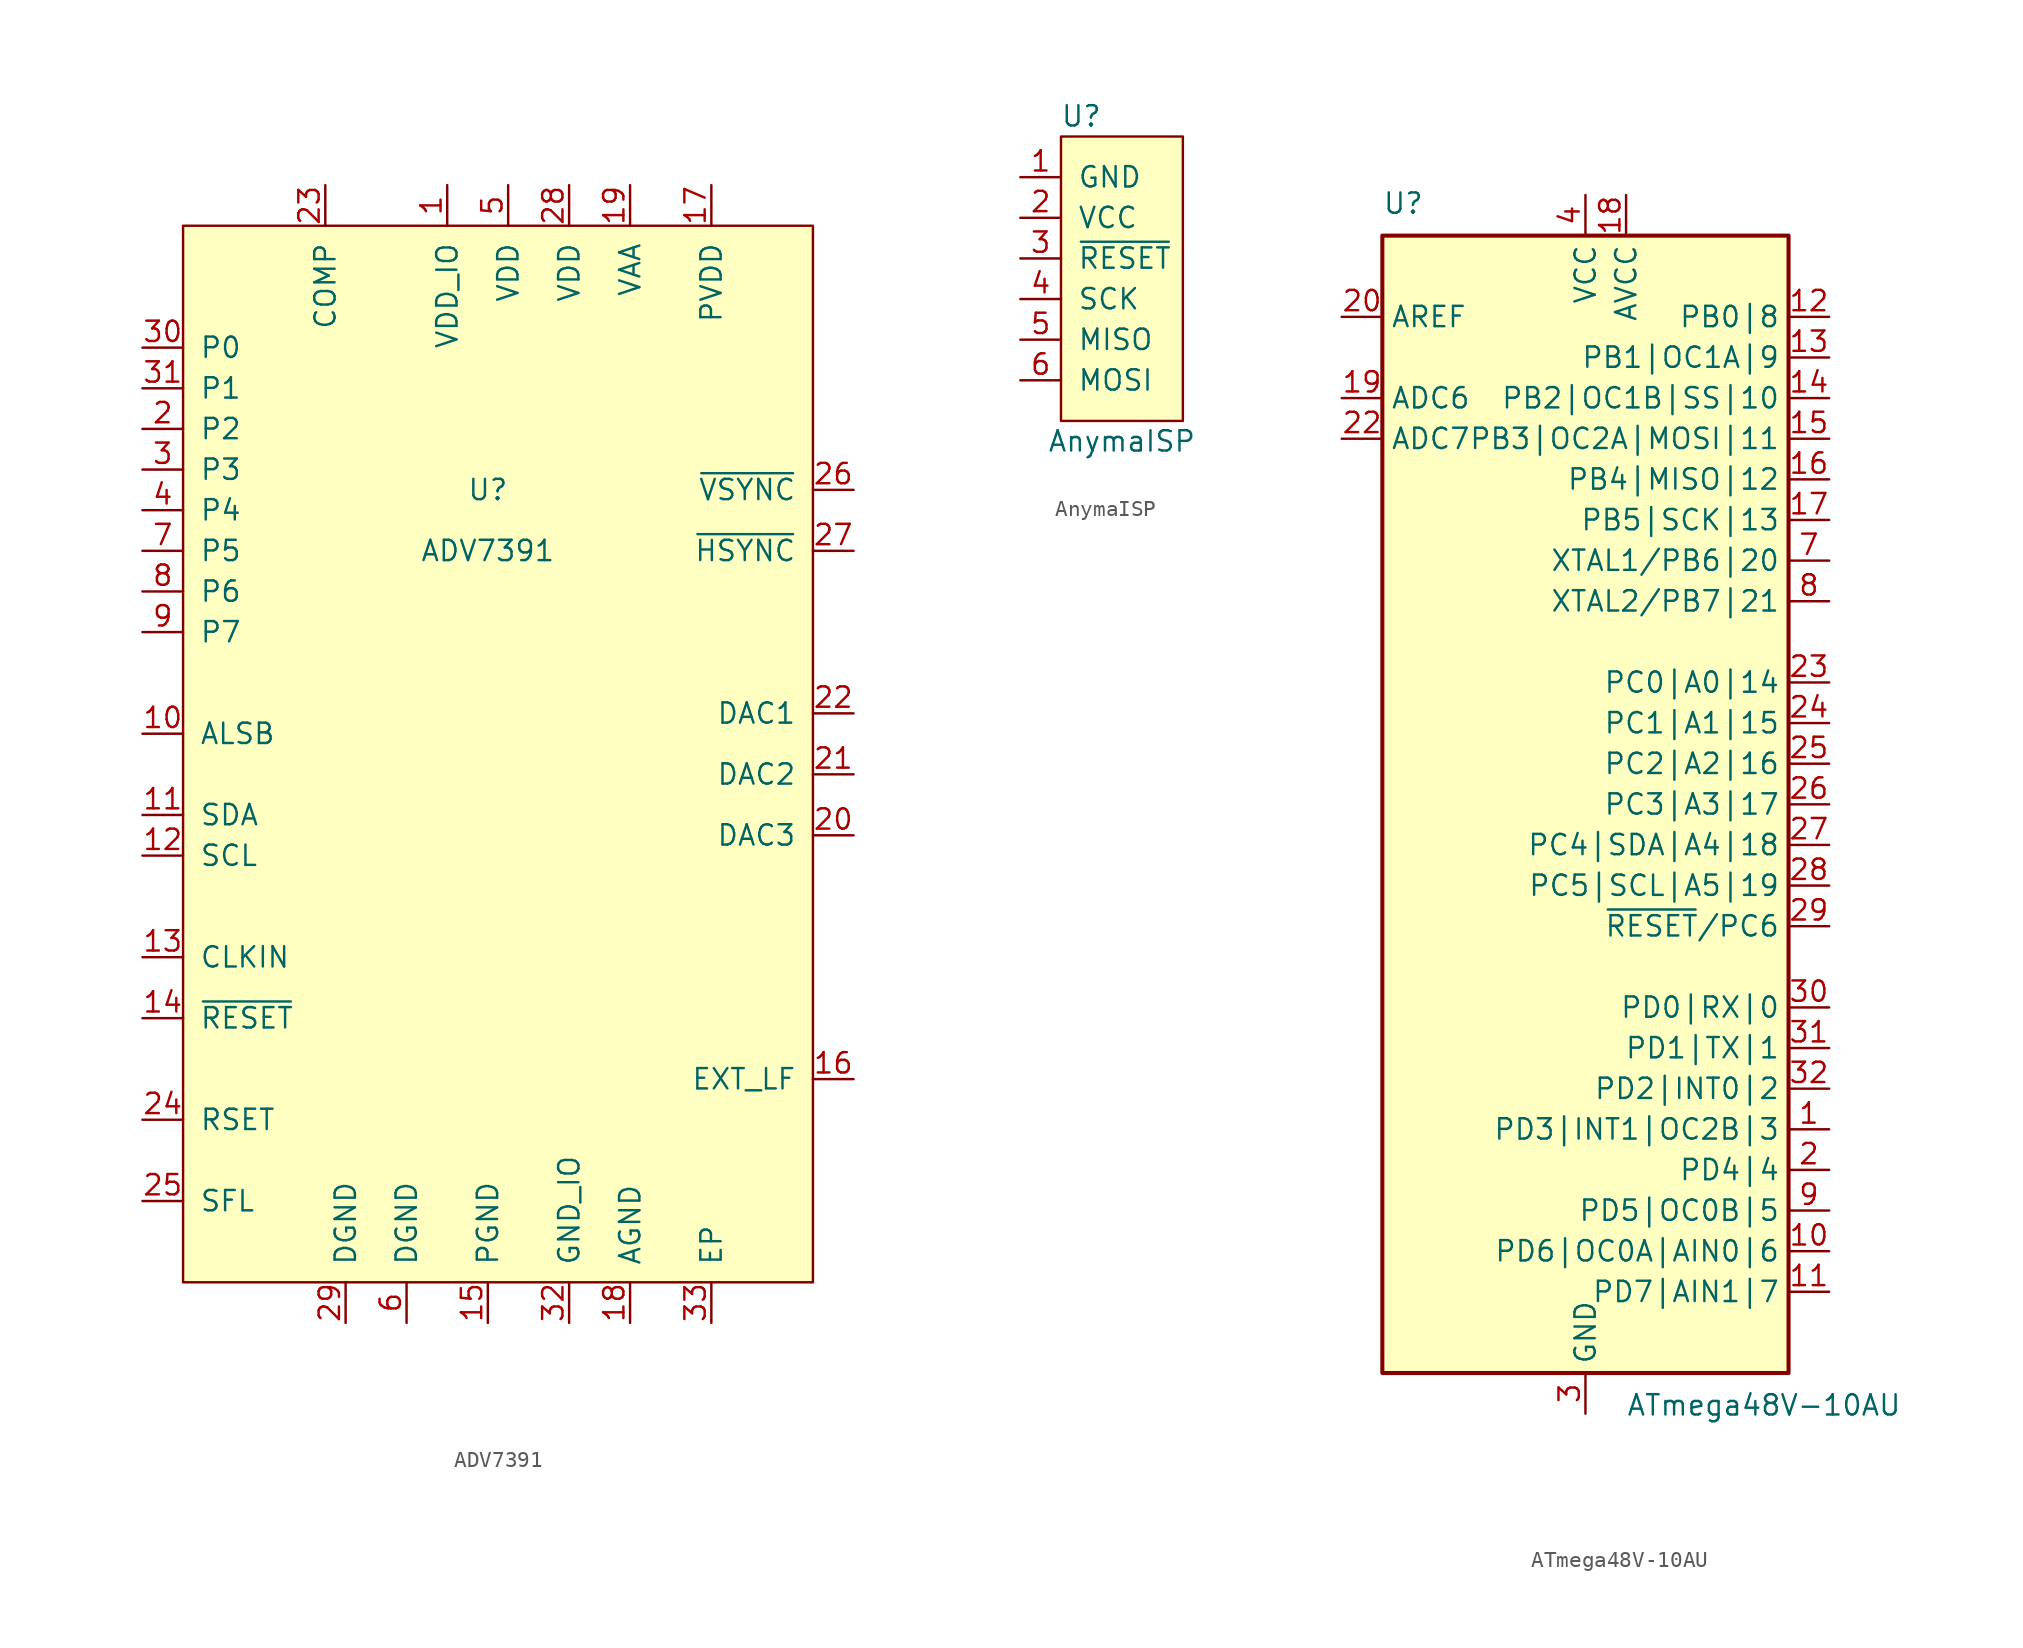
<source format=kicad_sym>
(kicad_symbol_lib
  (version 20241209)
  (generator "kicad_symbol_editor")
  (generator_version "9.0")
  (symbol "ADV7391"
    (pin_names
      (offset 1.016))
    (property "Reference" "U"
      (at 0 15.24 0)
      (effects (font (size 1.27 1.27))))
    (property "Value" "ADV7391"
      (at 0 11.43 0)
      (effects (font (size 1.27 1.27))))
    (symbol "ADV7391_0_1"
      (rectangle (start -19.05 31.75) (end 20.32 -34.29) (stroke (width 0) (type solid)) (fill (type background))))
    (symbol "ADV7391_1_1"
      (pin input line (at -21.59 24.13 0) (length 2.54) (name "P0" (effects (font (size 1.27 1.27)))) (number "30" (effects (font (size 1.27 1.27)))))
      (pin input line (at -21.59 21.59 0) (length 2.54) (name "P1" (effects (font (size 1.27 1.27)))) (number "31" (effects (font (size 1.27 1.27)))))
      (pin input line (at -21.59 19.05 0) (length 2.54) (name "P2" (effects (font (size 1.27 1.27)))) (number "2" (effects (font (size 1.27 1.27)))))
      (pin input line (at -21.59 16.51 0) (length 2.54) (name "P3" (effects (font (size 1.27 1.27)))) (number "3" (effects (font (size 1.27 1.27)))))
      (pin input line (at -21.59 13.97 0) (length 2.54) (name "P4" (effects (font (size 1.27 1.27)))) (number "4" (effects (font (size 1.27 1.27)))))
      (pin input line (at -21.59 11.43 0) (length 2.54) (name "P5" (effects (font (size 1.27 1.27)))) (number "7" (effects (font (size 1.27 1.27)))))
      (pin input line (at -21.59 8.89 0) (length 2.54) (name "P6" (effects (font (size 1.27 1.27)))) (number "8" (effects (font (size 1.27 1.27)))))
      (pin input line (at -21.59 6.35 0) (length 2.54) (name "P7" (effects (font (size 1.27 1.27)))) (number "9" (effects (font (size 1.27 1.27)))))
      (pin input line (at -21.59 0 0) (length 2.54) (name "ALSB" (effects (font (size 1.27 1.27)))) (number "10" (effects (font (size 1.27 1.27)))))
      (pin input line (at -21.59 -5.08 0) (length 2.54) (name "SDA" (effects (font (size 1.27 1.27)))) (number "11" (effects (font (size 1.27 1.27)))))
      (pin input line (at -21.59 -7.62 0) (length 2.54) (name "SCL" (effects (font (size 1.27 1.27)))) (number "12" (effects (font (size 1.27 1.27)))))
      (pin input line (at -21.59 -13.97 0) (length 2.54) (name "CLKIN" (effects (font (size 1.27 1.27)))) (number "13" (effects (font (size 1.27 1.27)))))
      (pin input line (at -21.59 -17.78 0) (length 2.54) (name "~{RESET}" (effects (font (size 1.27 1.27)))) (number "14" (effects (font (size 1.27 1.27)))))
      (pin input line (at -21.59 -24.13 0) (length 2.54) (name "RSET" (effects (font (size 1.27 1.27)))) (number "24" (effects (font (size 1.27 1.27)))))
      (pin input line (at -21.59 -29.21 0) (length 2.54) (name "SFL" (effects (font (size 1.27 1.27)))) (number "25" (effects (font (size 1.27 1.27)))))
      (pin input line (at -10.16 34.29 270) (length 2.54) (name "COMP" (effects (font (size 1.27 1.27)))) (number "23" (effects (font (size 1.27 1.27)))))
      (pin input line (at -8.89 -36.83 90) (length 2.54) (name "DGND" (effects (font (size 1.27 1.27)))) (number "29" (effects (font (size 1.27 1.27)))))
      (pin input line (at -5.08 -36.83 90) (length 2.54) (name "DGND" (effects (font (size 1.27 1.27)))) (number "6" (effects (font (size 1.27 1.27)))))
      (pin input line (at -2.54 34.29 270) (length 2.54) (name "VDD_IO" (effects (font (size 1.27 1.27)))) (number "1" (effects (font (size 1.27 1.27)))))
      (pin input line (at 0 -36.83 90) (length 2.54) (name "PGND" (effects (font (size 1.27 1.27)))) (number "15" (effects (font (size 1.27 1.27)))))
      (pin input line (at 1.27 34.29 270) (length 2.54) (name "VDD" (effects (font (size 1.27 1.27)))) (number "5" (effects (font (size 1.27 1.27)))))
      (pin input line (at 5.08 34.29 270) (length 2.54) (name "VDD" (effects (font (size 1.27 1.27)))) (number "28" (effects (font (size 1.27 1.27)))))
      (pin input line (at 5.08 -36.83 90) (length 2.54) (name "GND_IO" (effects (font (size 1.27 1.27)))) (number "32" (effects (font (size 1.27 1.27)))))
      (pin input line (at 8.89 34.29 270) (length 2.54) (name "VAA" (effects (font (size 1.27 1.27)))) (number "19" (effects (font (size 1.27 1.27)))))
      (pin input line (at 8.89 -36.83 90) (length 2.54) (name "AGND" (effects (font (size 1.27 1.27)))) (number "18" (effects (font (size 1.27 1.27)))))
      (pin input line (at 13.97 34.29 270) (length 2.54) (name "PVDD" (effects (font (size 1.27 1.27)))) (number "17" (effects (font (size 1.27 1.27)))))
      (pin input line (at 13.97 -36.83 90) (length 2.54) (name "EP" (effects (font (size 1.27 1.27)))) (number "33" (effects (font (size 1.27 1.27)))))
      (pin input line (at 22.86 15.24 180) (length 2.54) (name "~{VSYNC}" (effects (font (size 1.27 1.27)))) (number "26" (effects (font (size 1.27 1.27)))))
      (pin input line (at 22.86 11.43 180) (length 2.54) (name "~{HSYNC}" (effects (font (size 1.27 1.27)))) (number "27" (effects (font (size 1.27 1.27)))))
      (pin input line (at 22.86 1.27 180) (length 2.54) (name "DAC1" (effects (font (size 1.27 1.27)))) (number "22" (effects (font (size 1.27 1.27)))))
      (pin input line (at 22.86 -2.54 180) (length 2.54) (name "DAC2" (effects (font (size 1.27 1.27)))) (number "21" (effects (font (size 1.27 1.27)))))
      (pin input line (at 22.86 -6.35 180) (length 2.54) (name "DAC3" (effects (font (size 1.27 1.27)))) (number "20" (effects (font (size 1.27 1.27)))))
      (pin input line (at 22.86 -21.59 180) (length 2.54) (name "EXT_LF" (effects (font (size 1.27 1.27)))) (number "16" (effects (font (size 1.27 1.27)))))))
  (symbol "AnymaISP"
    (pin_names
      (offset 1.016))
    (property "Reference" "U"
      (at 1.27 13.97 0)
      (effects (font (size 1.27 1.27))))
    (property "Value" "AnymaISP"
      (at 3.81 -6.35 0)
      (effects (font (size 1.27 1.27))))
    (symbol "AnymaISP_0_1"
      (polyline (pts (xy 0 12.7) (xy 7.62 12.7) (xy 7.62 -5.08) (xy 0 -5.08) (xy 0 12.7)) (stroke (width 0) (type solid)) (fill (type background))))
    (symbol "AnymaISP_1_1"
      (pin power_out line (at -2.54 10.16 0) (length 2.54) (name "GND" (effects (font (size 1.27 1.27)))) (number "1" (effects (font (size 1.27 1.27)))))
      (pin power_out line (at -2.54 7.62 0) (length 2.54) (name "VCC" (effects (font (size 1.27 1.27)))) (number "2" (effects (font (size 1.27 1.27)))))
      (pin bidirectional line (at -2.54 5.08 0) (length 2.54) (name "~{RESET}" (effects (font (size 1.27 1.27)))) (number "3" (effects (font (size 1.27 1.27)))))
      (pin bidirectional line (at -2.54 2.54 0) (length 2.54) (name "SCK" (effects (font (size 1.27 1.27)))) (number "4" (effects (font (size 1.27 1.27)))))
      (pin bidirectional line (at -2.54 0 0) (length 2.54) (name "MISO" (effects (font (size 1.27 1.27)))) (number "5" (effects (font (size 1.27 1.27)))))
      (pin bidirectional line (at -2.54 -2.54 0) (length 2.54) (name "MOSI" (effects (font (size 1.27 1.27)))) (number "6" (effects (font (size 1.27 1.27)))))))
  (symbol "ATmega48V-10AU"
    (property "Reference" "U"
      (at -12.7 36.83 0)
      (effects (font (size 1.27 1.27)) (justify left bottom)))
    (property "Value" "ATmega48V-10AU"
      (at 2.54 -36.83 0)
      (effects (font (size 1.27 1.27)) (justify left top)))
    (symbol "ATmega48V-10AU_0_1"
      (rectangle (start -12.7 -35.56) (end 12.7 35.56) (stroke (width 0.254) (type solid)) (fill (type background))))
    (symbol "ATmega48V-10AU_1_1"
      (pin passive line (at -15.24 30.48 0) (length 2.54) (name "AREF" (effects (font (size 1.27 1.27)))) (number "20" (effects (font (size 1.27 1.27)))))
      (pin input line (at -15.24 25.4 0) (length 2.54) (name "ADC6" (effects (font (size 1.27 1.27)))) (number "19" (effects (font (size 1.27 1.27)))))
      (pin input line (at -15.24 22.86 0) (length 2.54) (name "ADC7" (effects (font (size 1.27 1.27)))) (number "22" (effects (font (size 1.27 1.27)))))
      (pin power_in line (at 0 38.1 270) (length 2.54) (name "VCC" (effects (font (size 1.27 1.27)))) (number "4" (effects (font (size 1.27 1.27)))))
      (pin passive line (at 0 38.1 270) (length 2.54) (hide yes) (name "VCC" (effects (font (size 1.27 1.27)))) (number "6" (effects (font (size 1.27 1.27)))))
      (pin passive line (at 0 -38.1 90) (length 2.54) (hide yes) (name "GND" (effects (font (size 1.27 1.27)))) (number "21" (effects (font (size 1.27 1.27)))))
      (pin power_in line (at 0 -38.1 90) (length 2.54) (name "GND" (effects (font (size 1.27 1.27)))) (number "3" (effects (font (size 1.27 1.27)))))
      (pin passive line (at 0 -38.1 90) (length 2.54) (hide yes) (name "GND" (effects (font (size 1.27 1.27)))) (number "5" (effects (font (size 1.27 1.27)))))
      (pin power_in line (at 2.54 38.1 270) (length 2.54) (name "AVCC" (effects (font (size 1.27 1.27)))) (number "18" (effects (font (size 1.27 1.27)))))
      (pin bidirectional line (at 15.24 30.48 180) (length 2.54) (name "PB0|8" (effects (font (size 1.27 1.27)))) (number "12" (effects (font (size 1.27 1.27)))))
      (pin bidirectional line (at 15.24 27.94 180) (length 2.54) (name "PB1|OC1A|9" (effects (font (size 1.27 1.27)))) (number "13" (effects (font (size 1.27 1.27)))))
      (pin bidirectional line (at 15.24 25.4 180) (length 2.54) (name "PB2|OC1B|SS|10" (effects (font (size 1.27 1.27)))) (number "14" (effects (font (size 1.27 1.27)))))
      (pin bidirectional line (at 15.24 22.86 180) (length 2.54) (name "PB3|OC2A|MOSI|11" (effects (font (size 1.27 1.27)))) (number "15" (effects (font (size 1.27 1.27)))))
      (pin bidirectional line (at 15.24 20.32 180) (length 2.54) (name "PB4|MISO|12" (effects (font (size 1.27 1.27)))) (number "16" (effects (font (size 1.27 1.27)))))
      (pin bidirectional line (at 15.24 17.78 180) (length 2.54) (name "PB5|SCK|13" (effects (font (size 1.27 1.27)))) (number "17" (effects (font (size 1.27 1.27)))))
      (pin bidirectional line (at 15.24 15.24 180) (length 2.54) (name "XTAL1/PB6|20" (effects (font (size 1.27 1.27)))) (number "7" (effects (font (size 1.27 1.27)))))
      (pin bidirectional line (at 15.24 12.7 180) (length 2.54) (name "XTAL2/PB7|21" (effects (font (size 1.27 1.27)))) (number "8" (effects (font (size 1.27 1.27)))))
      (pin bidirectional line (at 15.24 7.62 180) (length 2.54) (name "PC0|A0|14" (effects (font (size 1.27 1.27)))) (number "23" (effects (font (size 1.27 1.27)))))
      (pin bidirectional line (at 15.24 5.08 180) (length 2.54) (name "PC1|A1|15" (effects (font (size 1.27 1.27)))) (number "24" (effects (font (size 1.27 1.27)))))
      (pin bidirectional line (at 15.24 2.54 180) (length 2.54) (name "PC2|A2|16" (effects (font (size 1.27 1.27)))) (number "25" (effects (font (size 1.27 1.27)))))
      (pin bidirectional line (at 15.24 0 180) (length 2.54) (name "PC3|A3|17" (effects (font (size 1.27 1.27)))) (number "26" (effects (font (size 1.27 1.27)))))
      (pin bidirectional line (at 15.24 -2.54 180) (length 2.54) (name "PC4|SDA|A4|18" (effects (font (size 1.27 1.27)))) (number "27" (effects (font (size 1.27 1.27)))))
      (pin bidirectional line (at 15.24 -5.08 180) (length 2.54) (name "PC5|SCL|A5|19" (effects (font (size 1.27 1.27)))) (number "28" (effects (font (size 1.27 1.27)))))
      (pin bidirectional line (at 15.24 -7.62 180) (length 2.54) (name "~{RESET}/PC6" (effects (font (size 1.27 1.27)))) (number "29" (effects (font (size 1.27 1.27)))))
      (pin bidirectional line (at 15.24 -12.7 180) (length 2.54) (name "PD0|RX|0" (effects (font (size 1.27 1.27)))) (number "30" (effects (font (size 1.27 1.27)))))
      (pin bidirectional line (at 15.24 -15.24 180) (length 2.54) (name "PD1|TX|1" (effects (font (size 1.27 1.27)))) (number "31" (effects (font (size 1.27 1.27)))))
      (pin bidirectional line (at 15.24 -17.78 180) (length 2.54) (name "PD2|INT0|2" (effects (font (size 1.27 1.27)))) (number "32" (effects (font (size 1.27 1.27)))))
      (pin bidirectional line (at 15.24 -20.32 180) (length 2.54) (name "PD3|INT1|OC2B|3" (effects (font (size 1.27 1.27)))) (number "1" (effects (font (size 1.27 1.27)))))
      (pin bidirectional line (at 15.24 -22.86 180) (length 2.54) (name "PD4|4" (effects (font (size 1.27 1.27)))) (number "2" (effects (font (size 1.27 1.27)))))
      (pin bidirectional line (at 15.24 -25.4 180) (length 2.54) (name "PD5|OC0B|5" (effects (font (size 1.27 1.27)))) (number "9" (effects (font (size 1.27 1.27)))))
      (pin bidirectional line (at 15.24 -27.94 180) (length 2.54) (name "PD6|OC0A|AIN0|6" (effects (font (size 1.27 1.27)))) (number "10" (effects (font (size 1.27 1.27)))))
      (pin bidirectional line (at 15.24 -30.48 180) (length 2.54) (name "PD7|AIN1|7" (effects (font (size 1.27 1.27)))) (number "11" (effects (font (size 1.27 1.27))))))))
</source>
